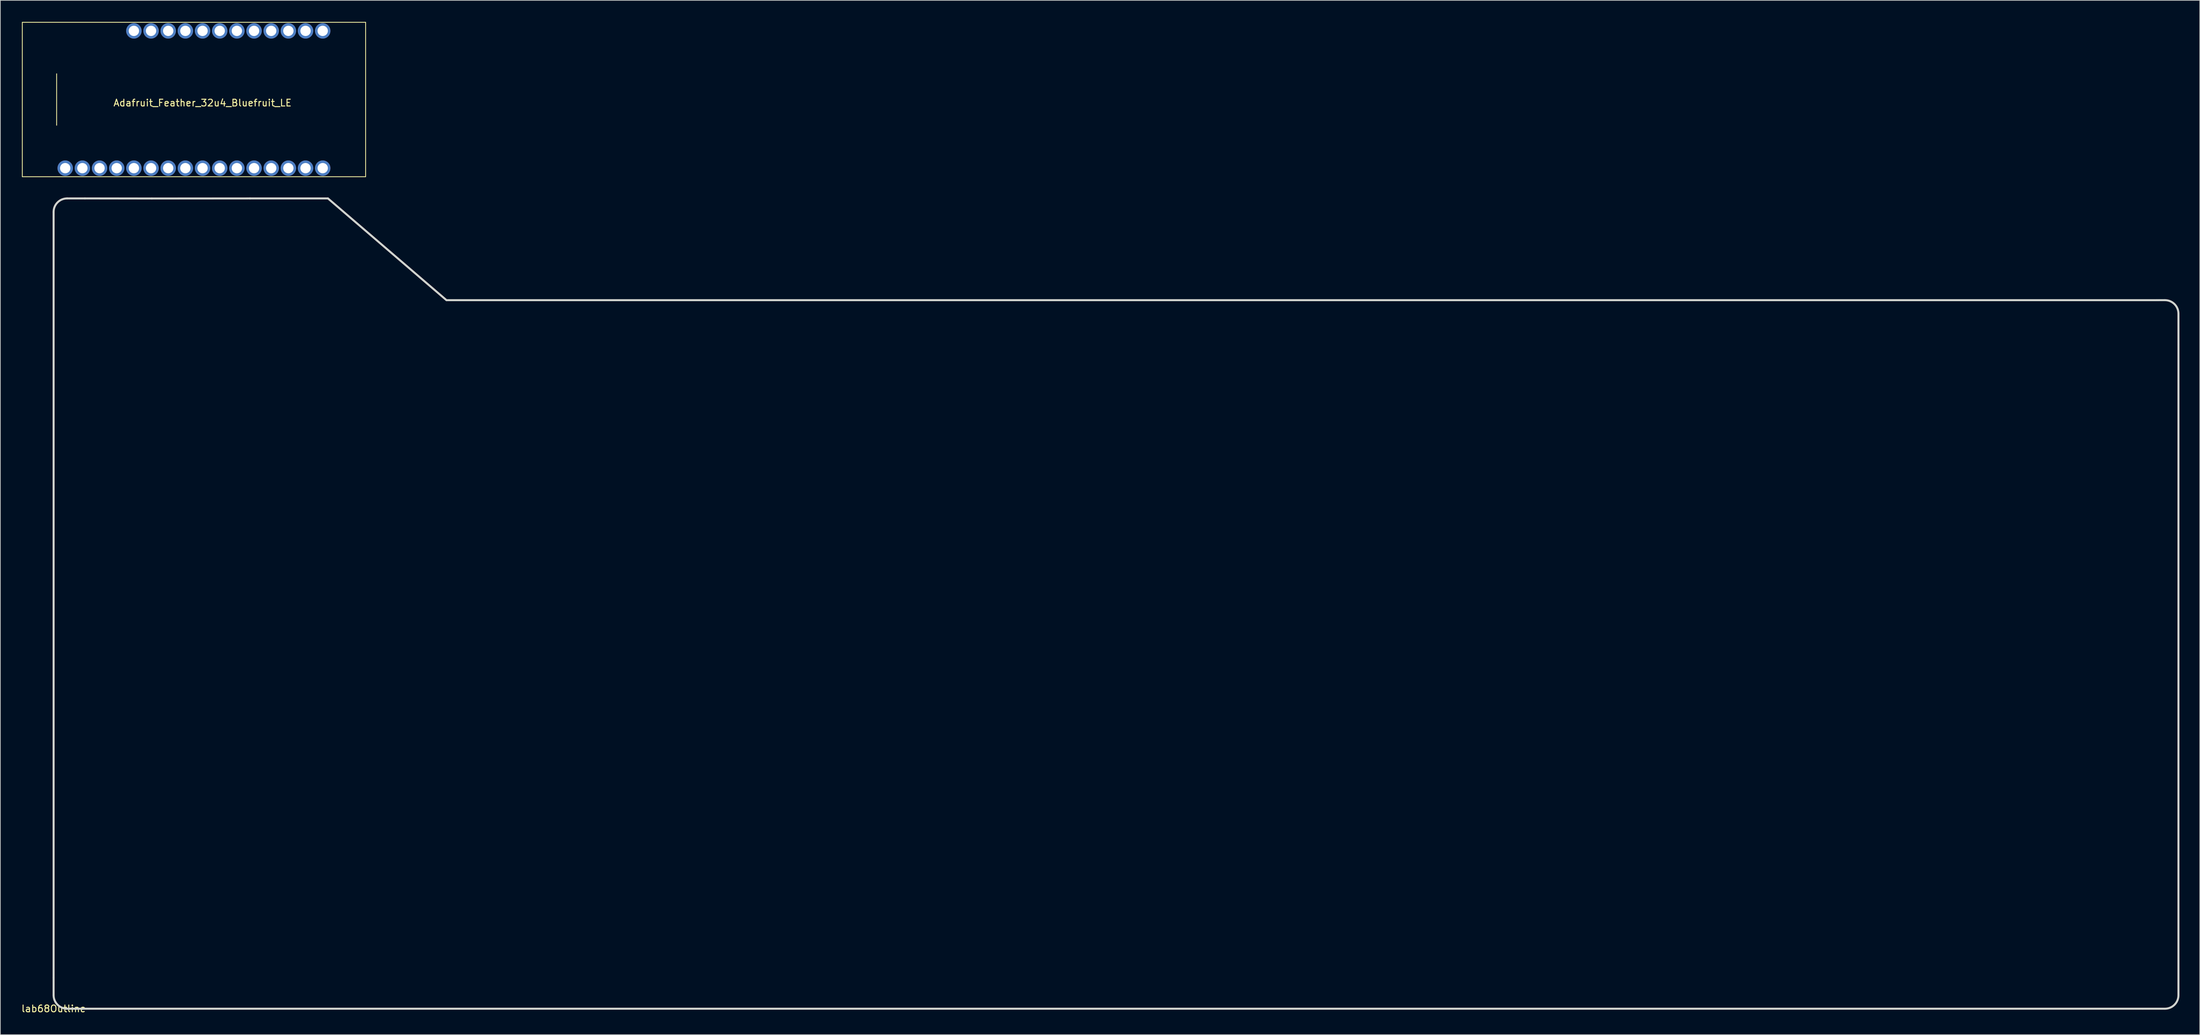
<source format=kicad_pcb>
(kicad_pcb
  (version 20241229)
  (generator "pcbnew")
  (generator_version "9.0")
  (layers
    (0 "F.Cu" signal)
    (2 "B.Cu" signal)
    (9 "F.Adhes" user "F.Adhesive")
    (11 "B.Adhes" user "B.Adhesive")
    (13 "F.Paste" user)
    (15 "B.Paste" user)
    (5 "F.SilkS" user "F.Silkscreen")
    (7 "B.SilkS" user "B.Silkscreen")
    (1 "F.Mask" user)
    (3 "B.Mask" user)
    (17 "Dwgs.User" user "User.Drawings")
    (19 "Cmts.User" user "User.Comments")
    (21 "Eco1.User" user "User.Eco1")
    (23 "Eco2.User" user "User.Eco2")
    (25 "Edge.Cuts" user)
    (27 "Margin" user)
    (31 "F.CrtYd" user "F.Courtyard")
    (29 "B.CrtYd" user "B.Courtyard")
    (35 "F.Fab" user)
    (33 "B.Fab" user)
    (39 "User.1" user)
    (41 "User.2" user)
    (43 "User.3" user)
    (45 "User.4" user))
  (footprint "lab68Outline"
    (layer "F.Cu")
    (at 4.887 146.259)
    (property "Reference" "lab68Outline" (at 0 0 0) (layer "F.SilkS") (effects (font (size 1 1) (thickness 0.15))))
    (attr through_hole)
    (fp_line (start -0.005 -4.592) (end -0.005 -117.939) (stroke (width 0.3) (type solid)) (layer "Edge.Cuts"))
    (fp_line (start -0.005 -2) (end -0.005 -4.592) (stroke (width 0.3) (type solid)) (layer "Edge.Cuts"))
    (fp_line (start 1.995 -119.939) (end 4.626 -119.939) (stroke (width 0.3) (type solid)) (layer "Edge.Cuts"))
    (fp_line (start 4.626 -119.939) (end 14.528 -119.929) (stroke (width 0.3) (type solid)) (layer "Edge.Cuts"))
    (fp_line (start 14.528 -119.929) (end 29.06 -119.937) (stroke (width 0.3) (type solid)) (layer "Edge.Cuts"))
    (fp_line (start 29.06 -119.937) (end 40.589 -119.937) (stroke (width 0.3) (type solid)) (layer "Edge.Cuts"))
    (fp_line (start 40.589 -119.937) (end 58.124 -104.879) (stroke (width 0.3) (type solid)) (layer "Edge.Cuts"))
    (fp_line (start 58.124 -104.879) (end 311.21 -104.879) (stroke (width 0.3) (type solid)) (layer "Edge.Cuts"))
    (fp_line (start 309.098 0.000433) (end 1.994 -0.00036) (stroke (width 0.3) (type solid)) (layer "Edge.Cuts"))
    (fp_line (start 311.21 -104.879) (end 312.4 -104.88) (stroke (width 0.3) (type solid)) (layer "Edge.Cuts"))
    (fp_line (start 312.4 -0.000096) (end 309.098 0.000433) (stroke (width 0.3) (type solid)) (layer "Edge.Cuts"))
    (fp_line (start 314.4 -102.88) (end 314.403 -98.309) (stroke (width 0.3) (type solid)) (layer "Edge.Cuts"))
    (fp_line (start 314.403 -98.309) (end 314.4 -2) (stroke (width 0.3) (type solid)) (layer "Edge.Cuts"))
    (fp_curve (pts (xy -0.005 -117.939) (xy -0.005 -119.043) (xy 0.891 -119.939) (xy 1.995 -119.939)) (stroke (width 0.3) (type solid)) (layer "Edge.Cuts"))
    (fp_curve (pts (xy 1.994 -0.00036) (xy 0.891 -0.000371) (xy -0.005 -0.896) (xy -0.005 -2)) (stroke (width 0.3) (type solid)) (layer "Edge.Cuts"))
    (fp_curve (pts (xy 312.4 -104.88) (xy 313.505 -104.88) (xy 314.4 -103.985) (xy 314.4 -102.88)) (stroke (width 0.3) (type solid)) (layer "Edge.Cuts"))
    (fp_curve (pts (xy 314.4 -2) (xy 314.4 -0.896) (xy 313.505 -0.000096) (xy 312.4 -0.000096)) (stroke (width 0.3) (type solid)) (layer "Edge.Cuts")))
  (footprint "Adafruit_Feather_32u4_Bluefruit_LE"
    (layer "F.Cu")
    (at 0.25 0.25)
    (property "Reference" "Adafruit_Feather_32u4_Bluefruit_LE" (at 26.67 11.93 0) (layer "F.SilkS") (effects (font (size 1 1) (thickness 0.15))))
    (attr through_hole)
    (fp_line (start 0 0) (end 50.8 0) (stroke (width 0.12) (type solid)) (layer "F.SilkS"))
    (fp_line (start 0 22.86) (end 0 0) (stroke (width 0.12) (type solid)) (layer "F.SilkS"))
    (fp_line (start 5.08 7.62) (end 5.08 15.24) (stroke (width 0.12) (type solid)) (layer "F.SilkS"))
    (fp_line (start 50.8 0) (end 50.8 22.86) (stroke (width 0.12) (type solid)) (layer "F.SilkS"))
    (fp_line (start 50.8 22.86) (end 0 22.86) (stroke (width 0.12) (type solid)) (layer "F.SilkS"))
    (pad "3V3" thru_hole circle (at 8.89 21.59) (size 2.286 2.286) (drill 1.524) (layers "*.Cu" "*.Mask"))
    (pad "9" thru_hole circle (at 31.75 21.59) (size 2.286 2.286) (drill 1.524) (layers "*.Cu" "*.Mask"))
    (pad "10" thru_hole circle (at 34.29 21.59) (size 2.286 2.286) (drill 1.524) (layers "*.Cu" "*.Mask"))
    (pad "11" thru_hole circle (at 36.83 21.59) (size 2.286 2.286) (drill 1.524) (layers "*.Cu" "*.Mask"))
    (pad "12" thru_hole circle (at 29.21 1.27) (size 2.286 2.286) (drill 1.524) (layers "*.Cu" "*.Mask"))
    (pad "13" thru_hole circle (at 6.35 21.59) (size 2.286 2.286) (drill 1.524) (layers "*.Cu" "*.Mask"))
    (pad "18" thru_hole circle (at 41.91 1.27) (size 2.286 2.286) (drill 1.524) (layers "*.Cu" "*.Mask"))
    (pad "19" thru_hole circle (at 44.45 1.27) (size 2.286 2.286) (drill 1.524) (layers "*.Cu" "*.Mask"))
    (pad "20" thru_hole circle (at 39.37 21.59) (size 2.286 2.286) (drill 1.524) (layers "*.Cu" "*.Mask"))
    (pad "21" thru_hole circle (at 41.91 21.59) (size 2.286 2.286) (drill 1.524) (layers "*.Cu" "*.Mask"))
    (pad "26" thru_hole circle (at 26.67 1.27) (size 2.286 2.286) (drill 1.524) (layers "*.Cu" "*.Mask"))
    (pad "27" thru_hole circle (at 36.83 1.27) (size 2.286 2.286) (drill 1.524) (layers "*.Cu" "*.Mask"))
    (pad "29" thru_hole circle (at 34.29 1.27) (size 2.286 2.286) (drill 1.524) (layers "*.Cu" "*.Mask"))
    (pad "30" thru_hole circle (at 31.75 1.27) (size 2.286 2.286) (drill 1.524) (layers "*.Cu" "*.Mask"))
    (pad "31" thru_hole circle (at 39.37 1.27) (size 2.286 2.286) (drill 1.524) (layers "*.Cu" "*.Mask"))
    (pad "32" thru_hole circle (at 24.13 1.27) (size 2.286 2.286) (drill 1.524) (layers "*.Cu" "*.Mask"))
    (pad "36" thru_hole circle (at 16.51 21.59) (size 2.286 2.286) (drill 1.524) (layers "*.Cu" "*.Mask"))
    (pad "37" thru_hole circle (at 19.05 21.59) (size 2.286 2.286) (drill 1.524) (layers "*.Cu" "*.Mask"))
    (pad "38" thru_hole circle (at 21.59 21.59) (size 2.286 2.286) (drill 1.524) (layers "*.Cu" "*.Mask"))
    (pad "39" thru_hole circle (at 24.13 21.59) (size 2.286 2.286) (drill 1.524) (layers "*.Cu" "*.Mask"))
    (pad "40" thru_hole circle (at 26.67 21.59) (size 2.286 2.286) (drill 1.524) (layers "*.Cu" "*.Mask"))
    (pad "41" thru_hole circle (at 29.21 21.59) (size 2.286 2.286) (drill 1.524) (layers "*.Cu" "*.Mask"))
    (pad "42" thru_hole circle (at 11.43 21.59) (size 2.286 2.286) (drill 1.524) (layers "*.Cu" "*.Mask"))
    (pad "DFU" thru_hole circle (at 44.45 21.59) (size 2.286 2.286) (drill 1.524) (layers "*.Cu" "*.Mask"))
    (pad "En" thru_hole circle (at 19.05 1.27) (size 2.286 2.286) (drill 1.524) (layers "*.Cu" "*.Mask"))
    (pad "GND" thru_hole circle (at 13.97 21.59) (size 2.286 2.286) (drill 1.524) (layers "*.Cu" "*.Mask"))
    (pad "VBAT" thru_hole circle (at 16.51 1.27) (size 2.286 2.286) (drill 1.524) (layers "*.Cu" "*.Mask"))
    (pad "VBUS" thru_hole circle (at 21.59 1.27) (size 2.286 2.286) (drill 1.524) (layers "*.Cu" "*.Mask")))
  (gr_rect
    (start -3 -3)
    (end 322.44 150.107)
    (stroke (width 0.1) (type default))
    (fill no)
    (layer "Edge.Cuts")))
</source>
